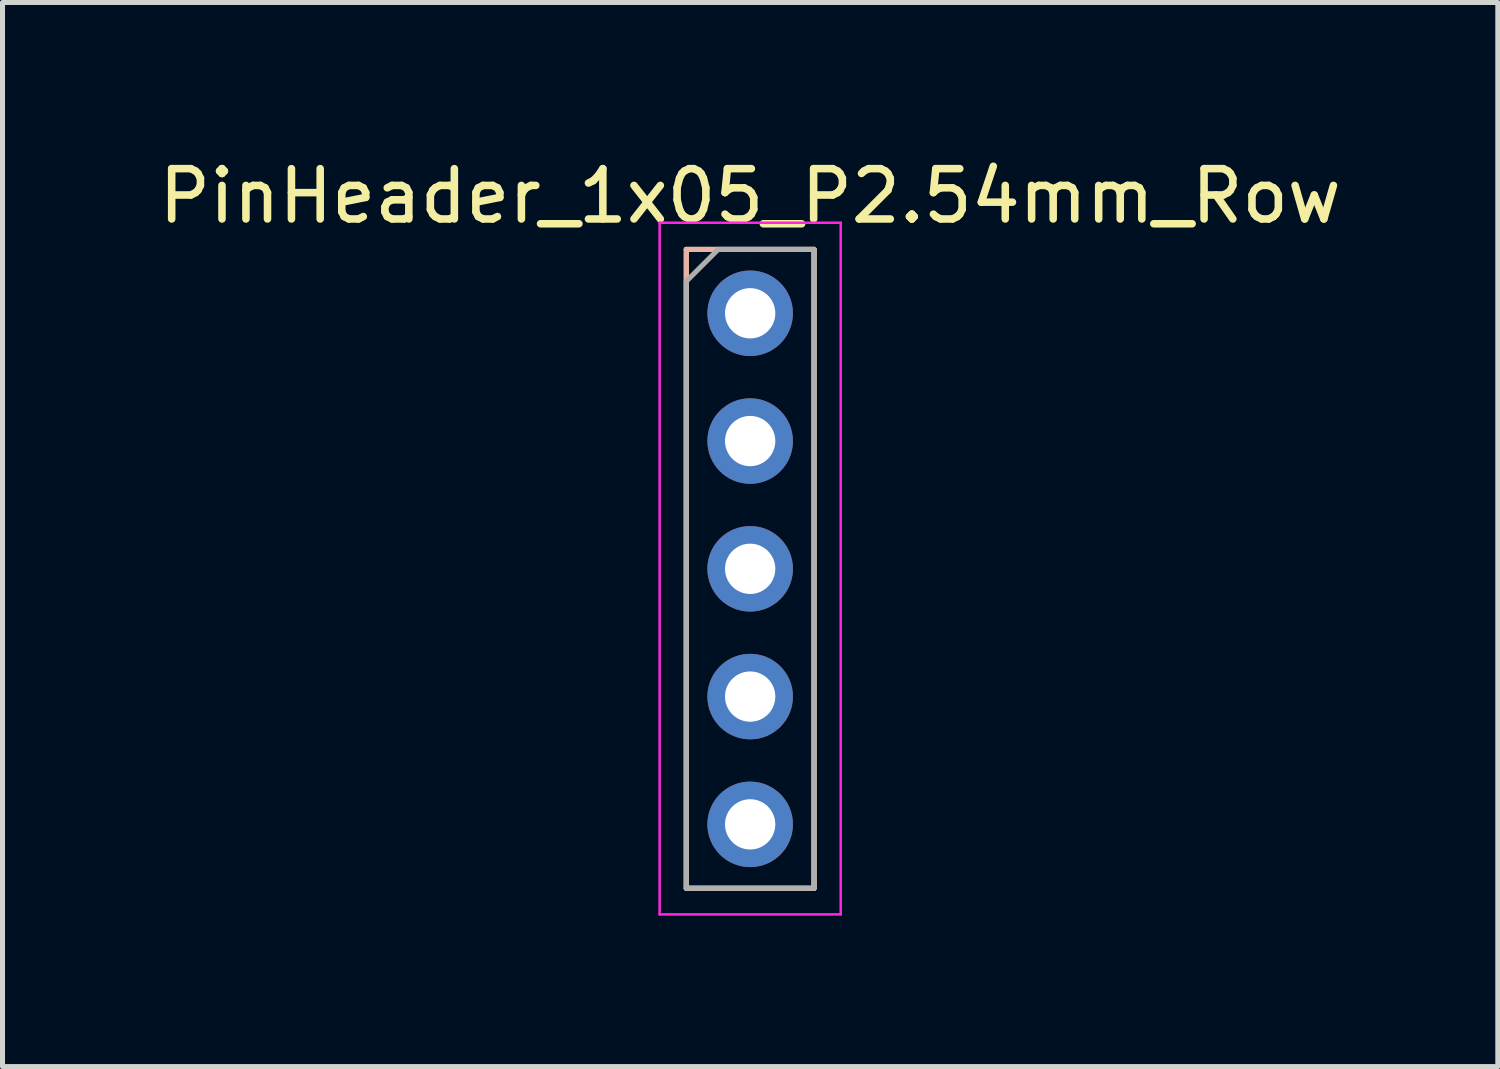
<source format=kicad_pcb>
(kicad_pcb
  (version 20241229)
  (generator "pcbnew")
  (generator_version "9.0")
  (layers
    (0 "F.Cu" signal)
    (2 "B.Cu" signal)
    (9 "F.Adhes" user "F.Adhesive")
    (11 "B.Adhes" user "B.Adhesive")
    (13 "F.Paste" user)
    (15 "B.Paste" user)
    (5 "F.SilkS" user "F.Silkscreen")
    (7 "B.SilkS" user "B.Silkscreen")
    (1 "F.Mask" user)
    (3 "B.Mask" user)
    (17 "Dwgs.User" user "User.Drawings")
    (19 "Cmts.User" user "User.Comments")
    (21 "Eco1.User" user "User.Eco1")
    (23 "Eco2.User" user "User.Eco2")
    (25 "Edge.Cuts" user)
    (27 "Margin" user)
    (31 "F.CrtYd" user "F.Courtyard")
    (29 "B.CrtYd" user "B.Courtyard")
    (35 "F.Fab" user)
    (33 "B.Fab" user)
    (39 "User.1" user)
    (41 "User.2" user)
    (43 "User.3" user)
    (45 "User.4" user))
  (footprint "PinHeader_1x05_P2.54mm_Row"
    (layer "F.Cu")
    (at 11.863 3.178)
    (property "Reference" "PinHeader_1x05_P2.54mm_Row" (at 0 -2.33 0) (layer "F.SilkS") (effects (font (size 1 1) (thickness 0.15))))
    (attr through_hole allow_missing_courtyard dnp)
    (fp_line (start -1.27 -1.27) (end 1.27 -1.27) (stroke (width 0.1) (type default)) (layer "F.SilkS"))
    (fp_line (start -1.27 11.43) (end -1.27 -1.27) (stroke (width 0.1) (type default)) (layer "F.SilkS"))
    (fp_line (start 1.27 -1.27) (end 1.27 11.43) (stroke (width 0.1) (type default)) (layer "F.SilkS"))
    (fp_line (start 1.27 11.43) (end -1.27 11.43) (stroke (width 0.1) (type default)) (layer "F.SilkS"))
    (fp_line (start -1.27 -1.27) (end 1.27 -1.27) (stroke (width 0.1) (type default)) (layer "B.SilkS"))
    (fp_line (start -1.27 11.43) (end -1.27 -1.27) (stroke (width 0.1) (type default)) (layer "B.SilkS"))
    (fp_line (start 1.27 -1.27) (end 1.27 11.43) (stroke (width 0.1) (type default)) (layer "B.SilkS"))
    (fp_line (start 1.27 11.43) (end -1.27 11.43) (stroke (width 0.1) (type default)) (layer "B.SilkS"))
    (fp_line (start -1.8 -1.8) (end -1.8 11.95) (stroke (width 0.05) (type solid)) (layer "F.CrtYd"))
    (fp_line (start -1.8 11.95) (end 1.8 11.95) (stroke (width 0.05) (type solid)) (layer "F.CrtYd"))
    (fp_line (start 1.8 -1.8) (end -1.8 -1.8) (stroke (width 0.05) (type solid)) (layer "F.CrtYd"))
    (fp_line (start 1.8 11.95) (end 1.8 -1.8) (stroke (width 0.05) (type solid)) (layer "F.CrtYd"))
    (fp_line (start -1.27 -0.635) (end -0.635 -1.27) (stroke (width 0.1) (type solid)) (layer "F.Fab"))
    (fp_line (start -1.27 11.43) (end -1.27 -0.635) (stroke (width 0.1) (type solid)) (layer "F.Fab"))
    (fp_line (start -0.635 -1.27) (end 1.27 -1.27) (stroke (width 0.1) (type solid)) (layer "F.Fab"))
    (fp_line (start 1.27 -1.27) (end 1.27 11.43) (stroke (width 0.1) (type solid)) (layer "F.Fab"))
    (fp_line (start 1.27 11.43) (end -1.27 11.43) (stroke (width 0.1) (type solid)) (layer "F.Fab"))
    (pad "1" thru_hole circle (at 0 0) (size 1.7 1.7) (drill 1) (layers "*.Cu" "*.Mask"))
    (pad "2" thru_hole oval (at 0 2.54) (size 1.7 1.7) (drill 1) (layers "*.Cu" "*.Mask"))
    (pad "3" thru_hole oval (at 0 5.08) (size 1.7 1.7) (drill 1) (layers "*.Cu" "*.Mask"))
    (pad "4" thru_hole oval (at 0 7.62) (size 1.7 1.7) (drill 1) (layers "*.Cu" "*.Mask"))
    (pad "5" thru_hole oval (at 0 10.16) (size 1.7 1.7) (drill 1) (layers "*.Cu" "*.Mask")))
  (gr_rect
    (start -3 -3)
    (end 26.726 18.153)
    (stroke (width 0.1) (type default))
    (fill no)
    (layer "Edge.Cuts")))
</source>
